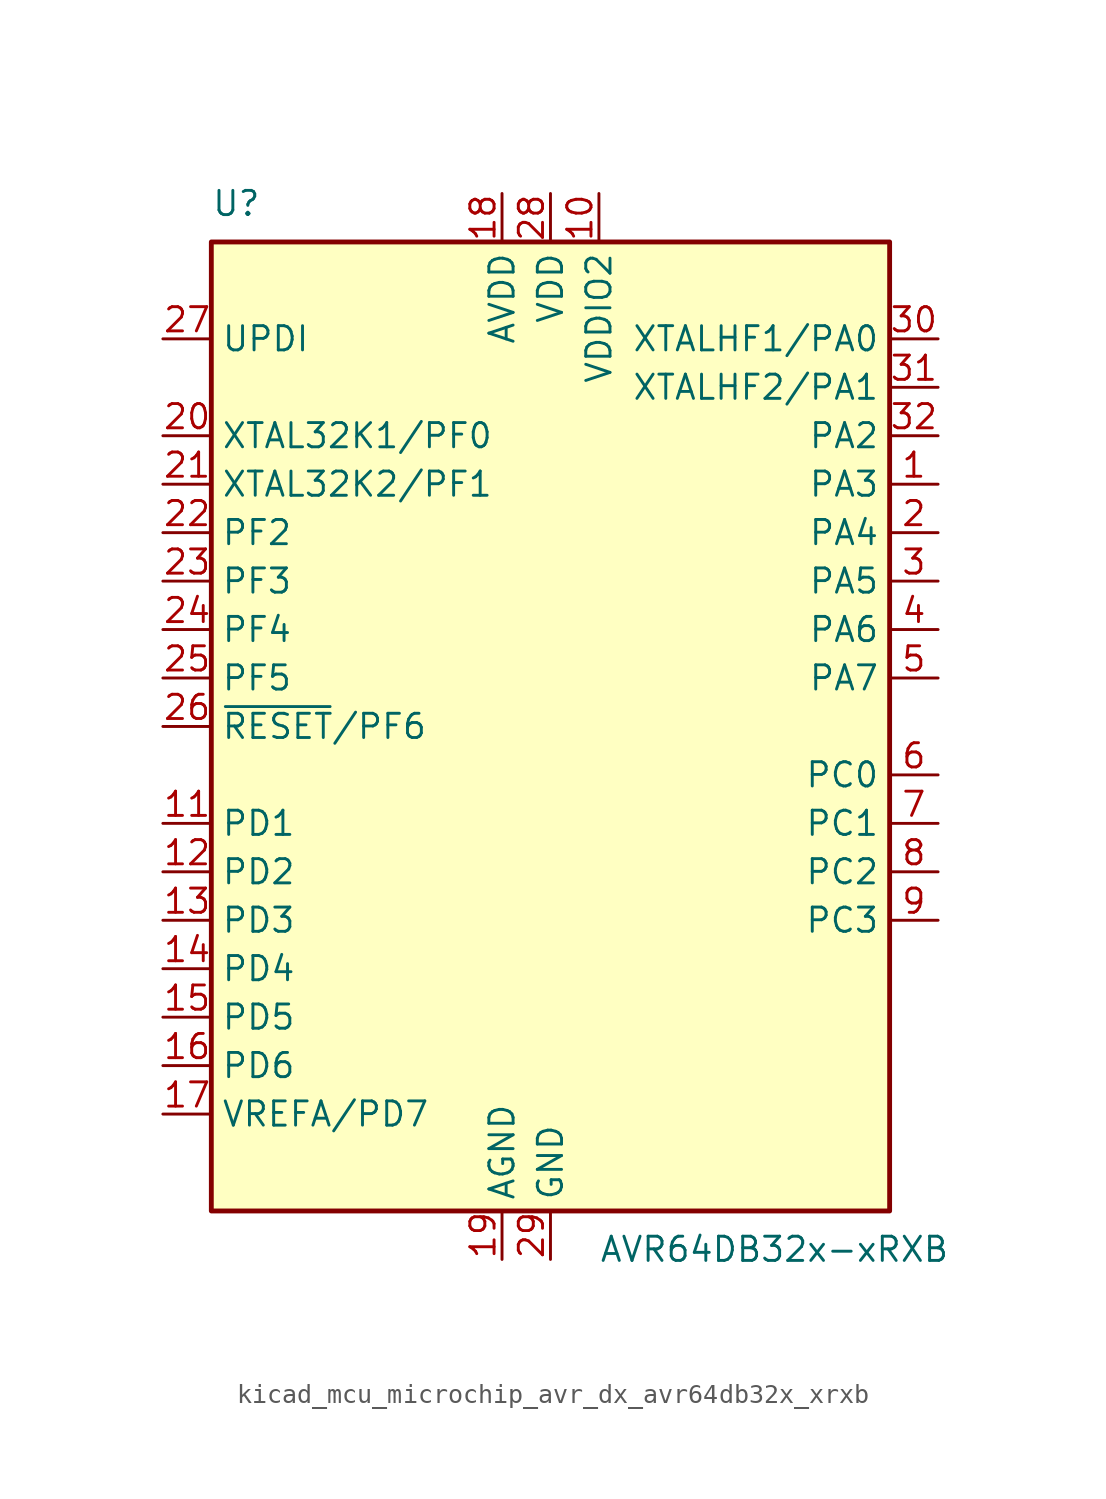
<source format=kicad_sym>
(kicad_symbol_lib
  (version 20220914)
  (generator kicad_symbol_editor)
  (symbol "kicad_mcu_microchip_avr_dx_avr64db32x_xrxb"
    (property "Reference" "U"
      (at -17.78 26.67 0)
      (effects (font (size 1.27 1.27)) (justify left bottom)))
    (property "Value" "AVR64DB32x-xRXB"
      (at 2.54 -26.67 0)
      (effects (font (size 1.27 1.27)) (justify left top)))
    (symbol "kicad_mcu_microchip_avr_dx_avr64db32x_xrxb_0_1"
      (rectangle (start -17.78 25.4) (end 17.78 -25.4) (stroke (width 0.254) (type default)) (fill (type background))))
    (symbol "kicad_mcu_microchip_avr_dx_avr64db32x_xrxb_1_1"
      (pin bidirectional line (at 20.32 12.7 180) (length 2.54) (name "PA3" (effects (font (size 1.27 1.27)))) (number "1" (effects (font (size 1.27 1.27)))))
      (pin power_in line (at 2.54 27.94 270) (length 2.54) (name "VDDIO2" (effects (font (size 1.27 1.27)))) (number "10" (effects (font (size 1.27 1.27)))))
      (pin bidirectional line (at -20.32 -5.08 0) (length 2.54) (name "PD1" (effects (font (size 1.27 1.27)))) (number "11" (effects (font (size 1.27 1.27)))))
      (pin bidirectional line (at -20.32 -7.62 0) (length 2.54) (name "PD2" (effects (font (size 1.27 1.27)))) (number "12" (effects (font (size 1.27 1.27)))))
      (pin bidirectional line (at -20.32 -10.16 0) (length 2.54) (name "PD3" (effects (font (size 1.27 1.27)))) (number "13" (effects (font (size 1.27 1.27)))))
      (pin bidirectional line (at -20.32 -12.7 0) (length 2.54) (name "PD4" (effects (font (size 1.27 1.27)))) (number "14" (effects (font (size 1.27 1.27)))))
      (pin bidirectional line (at -20.32 -15.24 0) (length 2.54) (name "PD5" (effects (font (size 1.27 1.27)))) (number "15" (effects (font (size 1.27 1.27)))))
      (pin bidirectional line (at -20.32 -17.78 0) (length 2.54) (name "PD6" (effects (font (size 1.27 1.27)))) (number "16" (effects (font (size 1.27 1.27)))))
      (pin bidirectional line (at -20.32 -20.32 0) (length 2.54) (name "VREFA/PD7" (effects (font (size 1.27 1.27)))) (number "17" (effects (font (size 1.27 1.27)))))
      (pin power_in line (at -2.54 27.94 270) (length 2.54) (name "AVDD" (effects (font (size 1.27 1.27)))) (number "18" (effects (font (size 1.27 1.27)))))
      (pin power_in line (at -2.54 -27.94 90) (length 2.54) (name "AGND" (effects (font (size 1.27 1.27)))) (number "19" (effects (font (size 1.27 1.27)))))
      (pin bidirectional line (at 20.32 10.16 180) (length 2.54) (name "PA4" (effects (font (size 1.27 1.27)))) (number "2" (effects (font (size 1.27 1.27)))))
      (pin bidirectional line (at -20.32 15.24 0) (length 2.54) (name "XTAL32K1/PF0" (effects (font (size 1.27 1.27)))) (number "20" (effects (font (size 1.27 1.27)))))
      (pin bidirectional line (at -20.32 12.7 0) (length 2.54) (name "XTAL32K2/PF1" (effects (font (size 1.27 1.27)))) (number "21" (effects (font (size 1.27 1.27)))))
      (pin bidirectional line (at -20.32 10.16 0) (length 2.54) (name "PF2" (effects (font (size 1.27 1.27)))) (number "22" (effects (font (size 1.27 1.27)))))
      (pin bidirectional line (at -20.32 7.62 0) (length 2.54) (name "PF3" (effects (font (size 1.27 1.27)))) (number "23" (effects (font (size 1.27 1.27)))))
      (pin bidirectional line (at -20.32 5.08 0) (length 2.54) (name "PF4" (effects (font (size 1.27 1.27)))) (number "24" (effects (font (size 1.27 1.27)))))
      (pin bidirectional line (at -20.32 2.54 0) (length 2.54) (name "PF5" (effects (font (size 1.27 1.27)))) (number "25" (effects (font (size 1.27 1.27)))))
      (pin bidirectional line (at -20.32 0 0) (length 2.54) (name "~{RESET}/PF6" (effects (font (size 1.27 1.27)))) (number "26" (effects (font (size 1.27 1.27)))))
      (pin input line (at -20.32 20.32 0) (length 2.54) (name "UPDI" (effects (font (size 1.27 1.27)))) (number "27" (effects (font (size 1.27 1.27)))))
      (pin power_in line (at 0 27.94 270) (length 2.54) (name "VDD" (effects (font (size 1.27 1.27)))) (number "28" (effects (font (size 1.27 1.27)))))
      (pin power_in line (at 0 -27.94 90) (length 2.54) (name "GND" (effects (font (size 1.27 1.27)))) (number "29" (effects (font (size 1.27 1.27)))))
      (pin bidirectional line (at 20.32 7.62 180) (length 2.54) (name "PA5" (effects (font (size 1.27 1.27)))) (number "3" (effects (font (size 1.27 1.27)))))
      (pin bidirectional line (at 20.32 20.32 180) (length 2.54) (name "XTALHF1/PA0" (effects (font (size 1.27 1.27)))) (number "30" (effects (font (size 1.27 1.27)))))
      (pin bidirectional line (at 20.32 17.78 180) (length 2.54) (name "XTALHF2/PA1" (effects (font (size 1.27 1.27)))) (number "31" (effects (font (size 1.27 1.27)))))
      (pin bidirectional line (at 20.32 15.24 180) (length 2.54) (name "PA2" (effects (font (size 1.27 1.27)))) (number "32" (effects (font (size 1.27 1.27)))))
      (pin passive line (at 0 -27.94 90) (length 2.54) hide (name "GND" (effects (font (size 1.27 1.27)))) (number "33" (effects (font (size 1.27 1.27)))))
      (pin bidirectional line (at 20.32 5.08 180) (length 2.54) (name "PA6" (effects (font (size 1.27 1.27)))) (number "4" (effects (font (size 1.27 1.27)))))
      (pin bidirectional line (at 20.32 2.54 180) (length 2.54) (name "PA7" (effects (font (size 1.27 1.27)))) (number "5" (effects (font (size 1.27 1.27)))))
      (pin bidirectional line (at 20.32 -2.54 180) (length 2.54) (name "PC0" (effects (font (size 1.27 1.27)))) (number "6" (effects (font (size 1.27 1.27)))))
      (pin bidirectional line (at 20.32 -5.08 180) (length 2.54) (name "PC1" (effects (font (size 1.27 1.27)))) (number "7" (effects (font (size 1.27 1.27)))))
      (pin bidirectional line (at 20.32 -7.62 180) (length 2.54) (name "PC2" (effects (font (size 1.27 1.27)))) (number "8" (effects (font (size 1.27 1.27)))))
      (pin bidirectional line (at 20.32 -10.16 180) (length 2.54) (name "PC3" (effects (font (size 1.27 1.27)))) (number "9" (effects (font (size 1.27 1.27))))))))
</source>
